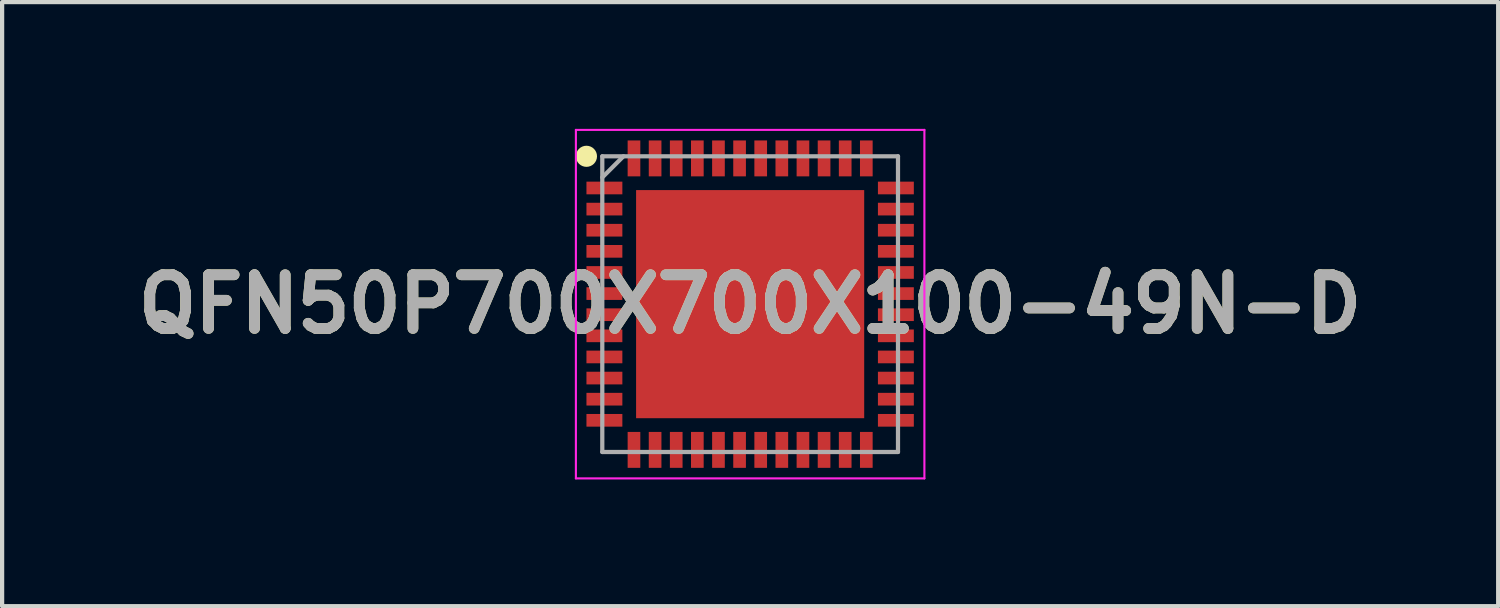
<source format=kicad_pcb>
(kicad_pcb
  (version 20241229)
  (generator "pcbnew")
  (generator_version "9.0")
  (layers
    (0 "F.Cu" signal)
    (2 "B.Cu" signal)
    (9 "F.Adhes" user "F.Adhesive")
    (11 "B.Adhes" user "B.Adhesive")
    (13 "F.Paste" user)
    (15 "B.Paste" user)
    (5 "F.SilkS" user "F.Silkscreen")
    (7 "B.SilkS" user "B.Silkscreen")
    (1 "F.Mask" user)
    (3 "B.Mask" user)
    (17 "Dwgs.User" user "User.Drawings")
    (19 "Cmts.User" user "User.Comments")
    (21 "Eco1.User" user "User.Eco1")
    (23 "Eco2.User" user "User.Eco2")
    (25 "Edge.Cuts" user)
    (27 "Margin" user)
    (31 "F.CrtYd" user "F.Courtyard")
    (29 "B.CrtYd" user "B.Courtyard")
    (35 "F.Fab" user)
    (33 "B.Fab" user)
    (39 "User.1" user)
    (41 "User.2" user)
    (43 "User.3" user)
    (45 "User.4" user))
  (footprint "QFN50P700X700X100-49N-D"
    (layer "F.Cu")
    (at 14.708 4.15)
    (property "Reference" "QFN50P700X700X100-49N-D" (at 0 0 0) (layer "F.SilkS") (effects (font (size 1.27 1.27) (thickness 0.254))))
    (attr smd)
    (fp_circle (center -3.875 -3.5) (end -3.875 -3.375) (stroke (width 0.25) (type solid)) (fill no) (layer "F.SilkS"))
    (fp_line (start -4.125 -4.125) (end 4.125 -4.125) (stroke (width 0.05) (type solid)) (layer "F.CrtYd"))
    (fp_line (start -4.125 4.125) (end -4.125 -4.125) (stroke (width 0.05) (type solid)) (layer "F.CrtYd"))
    (fp_line (start 4.125 -4.125) (end 4.125 4.125) (stroke (width 0.05) (type solid)) (layer "F.CrtYd"))
    (fp_line (start 4.125 4.125) (end -4.125 4.125) (stroke (width 0.05) (type solid)) (layer "F.CrtYd"))
    (fp_line (start -3.5 -3.5) (end 3.5 -3.5) (stroke (width 0.1) (type solid)) (layer "F.Fab"))
    (fp_line (start -3.5 -3) (end -3 -3.5) (stroke (width 0.1) (type solid)) (layer "F.Fab"))
    (fp_line (start -3.5 3.5) (end -3.5 -3.5) (stroke (width 0.1) (type solid)) (layer "F.Fab"))
    (fp_line (start 3.5 -3.5) (end 3.5 3.5) (stroke (width 0.1) (type solid)) (layer "F.Fab"))
    (fp_line (start 3.5 3.5) (end -3.5 3.5) (stroke (width 0.1) (type solid)) (layer "F.Fab"))
    (fp_text user "${REFERENCE}" (at 0 0 0) (layer "F.Fab") (effects (font (size 1.27 1.27) (thickness 0.254))))
    (pad "1" smd rect (at -3.45 -2.75 90) (size 0.3 0.85) (layers "F.Cu" "F.Mask" "F.Paste"))
    (pad "2" smd rect (at -3.45 -2.25 90) (size 0.3 0.85) (layers "F.Cu" "F.Mask" "F.Paste"))
    (pad "3" smd rect (at -3.45 -1.75 90) (size 0.3 0.85) (layers "F.Cu" "F.Mask" "F.Paste"))
    (pad "4" smd rect (at -3.45 -1.25 90) (size 0.3 0.85) (layers "F.Cu" "F.Mask" "F.Paste"))
    (pad "5" smd rect (at -3.45 -0.75 90) (size 0.3 0.85) (layers "F.Cu" "F.Mask" "F.Paste"))
    (pad "6" smd rect (at -3.45 -0.25 90) (size 0.3 0.85) (layers "F.Cu" "F.Mask" "F.Paste"))
    (pad "7" smd rect (at -3.45 0.25 90) (size 0.3 0.85) (layers "F.Cu" "F.Mask" "F.Paste"))
    (pad "8" smd rect (at -3.45 0.75 90) (size 0.3 0.85) (layers "F.Cu" "F.Mask" "F.Paste"))
    (pad "9" smd rect (at -3.45 1.25 90) (size 0.3 0.85) (layers "F.Cu" "F.Mask" "F.Paste"))
    (pad "10" smd rect (at -3.45 1.75 90) (size 0.3 0.85) (layers "F.Cu" "F.Mask" "F.Paste"))
    (pad "11" smd rect (at -3.45 2.25 90) (size 0.3 0.85) (layers "F.Cu" "F.Mask" "F.Paste"))
    (pad "12" smd rect (at -3.45 2.75 90) (size 0.3 0.85) (layers "F.Cu" "F.Mask" "F.Paste"))
    (pad "13" smd rect (at -2.75 3.45) (size 0.3 0.85) (layers "F.Cu" "F.Mask" "F.Paste"))
    (pad "14" smd rect (at -2.25 3.45) (size 0.3 0.85) (layers "F.Cu" "F.Mask" "F.Paste"))
    (pad "15" smd rect (at -1.75 3.45) (size 0.3 0.85) (layers "F.Cu" "F.Mask" "F.Paste"))
    (pad "16" smd rect (at -1.25 3.45) (size 0.3 0.85) (layers "F.Cu" "F.Mask" "F.Paste"))
    (pad "17" smd rect (at -0.75 3.45) (size 0.3 0.85) (layers "F.Cu" "F.Mask" "F.Paste"))
    (pad "18" smd rect (at -0.25 3.45) (size 0.3 0.85) (layers "F.Cu" "F.Mask" "F.Paste"))
    (pad "19" smd rect (at 0.25 3.45) (size 0.3 0.85) (layers "F.Cu" "F.Mask" "F.Paste"))
    (pad "20" smd rect (at 0.75 3.45) (size 0.3 0.85) (layers "F.Cu" "F.Mask" "F.Paste"))
    (pad "21" smd rect (at 1.25 3.45) (size 0.3 0.85) (layers "F.Cu" "F.Mask" "F.Paste"))
    (pad "22" smd rect (at 1.75 3.45) (size 0.3 0.85) (layers "F.Cu" "F.Mask" "F.Paste"))
    (pad "23" smd rect (at 2.25 3.45) (size 0.3 0.85) (layers "F.Cu" "F.Mask" "F.Paste"))
    (pad "24" smd rect (at 2.75 3.45) (size 0.3 0.85) (layers "F.Cu" "F.Mask" "F.Paste"))
    (pad "25" smd rect (at 3.45 2.75 90) (size 0.3 0.85) (layers "F.Cu" "F.Mask" "F.Paste"))
    (pad "26" smd rect (at 3.45 2.25 90) (size 0.3 0.85) (layers "F.Cu" "F.Mask" "F.Paste"))
    (pad "27" smd rect (at 3.45 1.75 90) (size 0.3 0.85) (layers "F.Cu" "F.Mask" "F.Paste"))
    (pad "28" smd rect (at 3.45 1.25 90) (size 0.3 0.85) (layers "F.Cu" "F.Mask" "F.Paste"))
    (pad "29" smd rect (at 3.45 0.75 90) (size 0.3 0.85) (layers "F.Cu" "F.Mask" "F.Paste"))
    (pad "30" smd rect (at 3.45 0.25 90) (size 0.3 0.85) (layers "F.Cu" "F.Mask" "F.Paste"))
    (pad "31" smd rect (at 3.45 -0.25 90) (size 0.3 0.85) (layers "F.Cu" "F.Mask" "F.Paste"))
    (pad "32" smd rect (at 3.45 -0.75 90) (size 0.3 0.85) (layers "F.Cu" "F.Mask" "F.Paste"))
    (pad "33" smd rect (at 3.45 -1.25 90) (size 0.3 0.85) (layers "F.Cu" "F.Mask" "F.Paste"))
    (pad "34" smd rect (at 3.45 -1.75 90) (size 0.3 0.85) (layers "F.Cu" "F.Mask" "F.Paste"))
    (pad "35" smd rect (at 3.45 -2.25 90) (size 0.3 0.85) (layers "F.Cu" "F.Mask" "F.Paste"))
    (pad "36" smd rect (at 3.45 -2.75 90) (size 0.3 0.85) (layers "F.Cu" "F.Mask" "F.Paste"))
    (pad "37" smd rect (at 2.75 -3.45) (size 0.3 0.85) (layers "F.Cu" "F.Mask" "F.Paste"))
    (pad "38" smd rect (at 2.25 -3.45) (size 0.3 0.85) (layers "F.Cu" "F.Mask" "F.Paste"))
    (pad "39" smd rect (at 1.75 -3.45) (size 0.3 0.85) (layers "F.Cu" "F.Mask" "F.Paste"))
    (pad "40" smd rect (at 1.25 -3.45) (size 0.3 0.85) (layers "F.Cu" "F.Mask" "F.Paste"))
    (pad "41" smd rect (at 0.75 -3.45) (size 0.3 0.85) (layers "F.Cu" "F.Mask" "F.Paste"))
    (pad "42" smd rect (at 0.25 -3.45) (size 0.3 0.85) (layers "F.Cu" "F.Mask" "F.Paste"))
    (pad "43" smd rect (at -0.25 -3.45) (size 0.3 0.85) (layers "F.Cu" "F.Mask" "F.Paste"))
    (pad "44" smd rect (at -0.75 -3.45) (size 0.3 0.85) (layers "F.Cu" "F.Mask" "F.Paste"))
    (pad "45" smd rect (at -1.25 -3.45) (size 0.3 0.85) (layers "F.Cu" "F.Mask" "F.Paste"))
    (pad "46" smd rect (at -1.75 -3.45) (size 0.3 0.85) (layers "F.Cu" "F.Mask" "F.Paste"))
    (pad "47" smd rect (at -2.25 -3.45) (size 0.3 0.85) (layers "F.Cu" "F.Mask" "F.Paste"))
    (pad "48" smd rect (at -2.75 -3.45) (size 0.3 0.85) (layers "F.Cu" "F.Mask" "F.Paste"))
    (pad "49" smd rect (at 0 0) (size 5.4 5.4) (layers "F.Cu" "F.Mask" "F.Paste")))
  (gr_rect
    (start -3 -3)
    (end 32.416 11.3)
    (stroke (width 0.1) (type default))
    (fill no)
    (layer "Edge.Cuts")))
</source>
